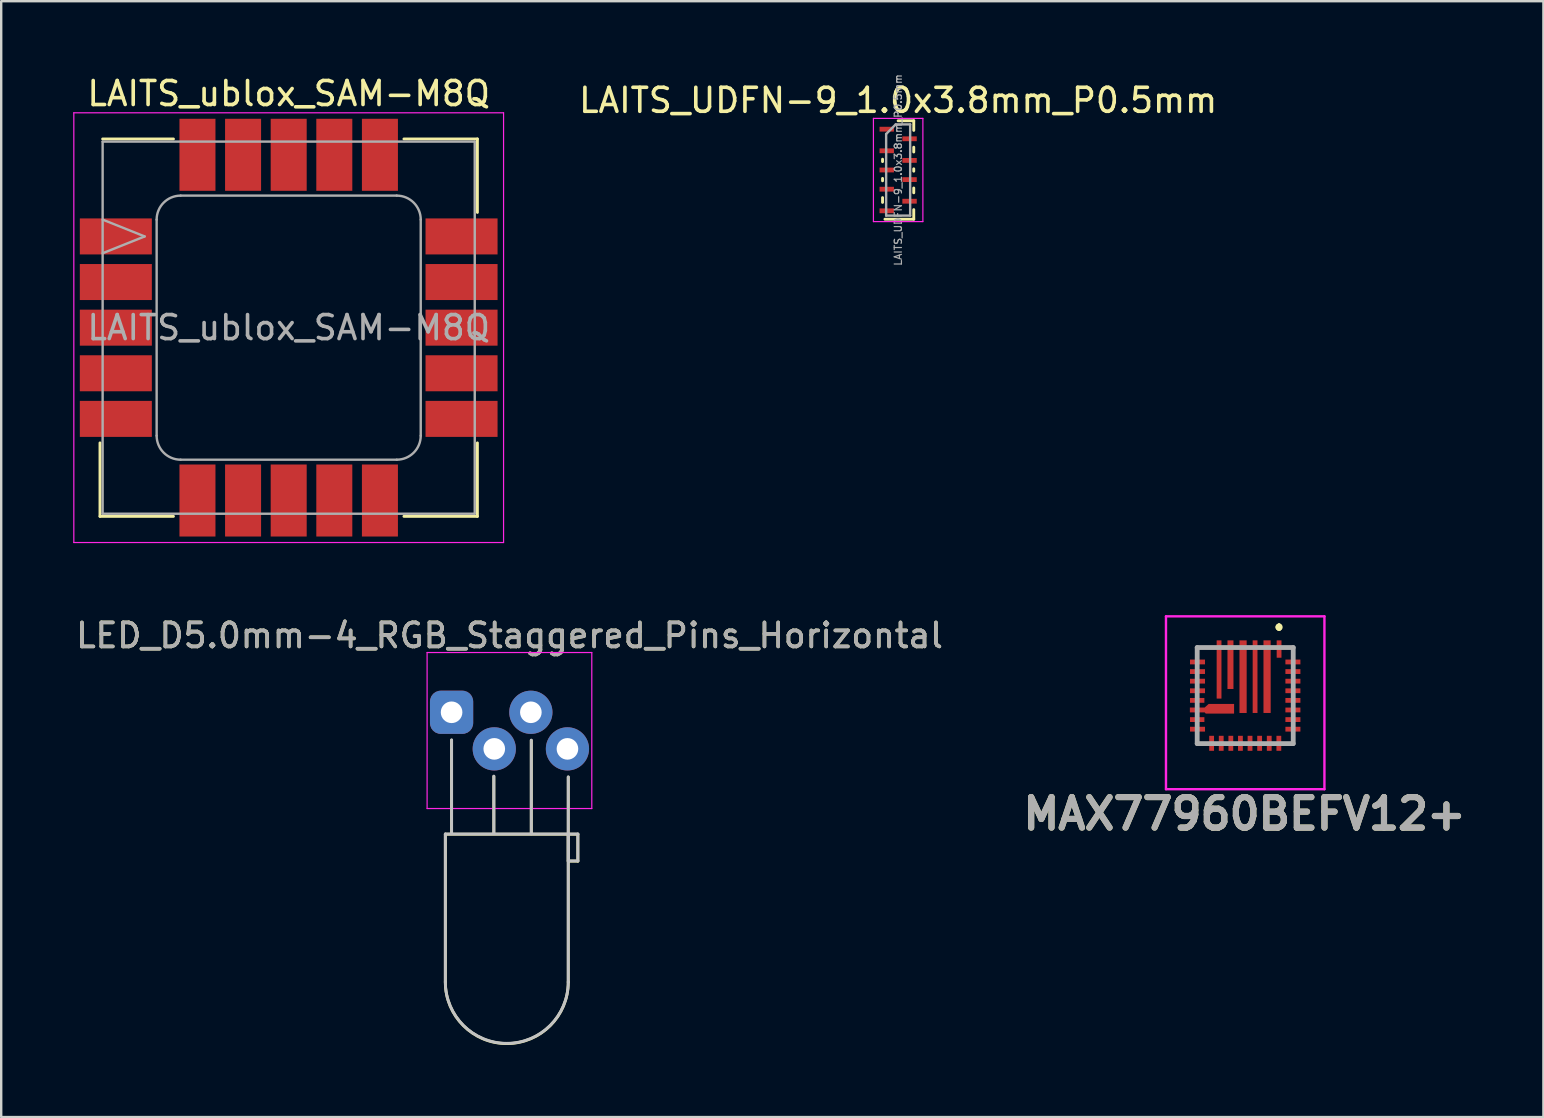
<source format=kicad_pcb>
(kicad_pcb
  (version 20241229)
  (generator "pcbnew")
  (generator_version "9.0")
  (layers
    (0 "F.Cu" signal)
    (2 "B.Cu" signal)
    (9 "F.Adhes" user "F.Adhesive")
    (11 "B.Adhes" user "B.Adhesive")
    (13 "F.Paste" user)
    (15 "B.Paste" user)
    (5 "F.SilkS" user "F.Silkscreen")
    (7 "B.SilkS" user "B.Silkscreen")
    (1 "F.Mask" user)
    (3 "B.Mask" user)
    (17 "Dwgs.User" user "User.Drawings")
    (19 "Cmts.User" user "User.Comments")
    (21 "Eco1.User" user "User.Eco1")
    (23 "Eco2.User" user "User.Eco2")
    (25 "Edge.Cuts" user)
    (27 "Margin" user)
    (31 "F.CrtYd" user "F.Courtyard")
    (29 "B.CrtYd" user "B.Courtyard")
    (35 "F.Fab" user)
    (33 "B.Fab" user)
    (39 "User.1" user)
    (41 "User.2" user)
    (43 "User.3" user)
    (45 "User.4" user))
  (footprint "LAITS_UDFN-9_1.0x3.8mm_P0.5mm"
    (layer "F.Cu")
    (at 34.361 4.031)
    (property "Reference" "LAITS_UDFN-9_1.0x3.8mm_P0.5mm" (at 0 -2.9 0) (layer "F.SilkS") (effects (font (size 1 1) (thickness 0.15))))
    (attr smd)
    (fp_line (start -0.65 -0.45) (end -0.65 -0.35) (stroke (width 0.12) (type solid)) (layer "F.SilkS"))
    (fp_line (start -0.65 0.35) (end -0.65 0.45) (stroke (width 0.12) (type solid)) (layer "F.SilkS"))
    (fp_line (start -0.65 1.15) (end -0.65 1.35) (stroke (width 0.12) (type solid)) (layer "F.SilkS"))
    (fp_line (start 0.65 -2.05) (end 0 -2.05) (stroke (width 0.12) (type solid)) (layer "F.SilkS"))
    (fp_line (start 0.65 -1.65) (end 0.65 -2.05) (stroke (width 0.12) (type solid)) (layer "F.SilkS"))
    (fp_line (start 0.65 -0.95) (end 0.65 -0.75) (stroke (width 0.12) (type solid)) (layer "F.SilkS"))
    (fp_line (start 0.65 -0.05) (end 0.65 0.05) (stroke (width 0.12) (type solid)) (layer "F.SilkS"))
    (fp_line (start 0.65 0.75) (end 0.65 0.95) (stroke (width 0.12) (type solid)) (layer "F.SilkS"))
    (fp_line (start 0.65 1.65) (end 0.65 2.05) (stroke (width 0.12) (type solid)) (layer "F.SilkS"))
    (fp_line (start 0.65 2.05) (end -0.55 2.05) (stroke (width 0.12) (type solid)) (layer "F.SilkS"))
    (fp_line (start -1.03 -2.15) (end -1.03 2.15) (stroke (width 0.05) (type solid)) (layer "F.CrtYd"))
    (fp_line (start -1.03 2.15) (end 1.03 2.15) (stroke (width 0.05) (type solid)) (layer "F.CrtYd"))
    (fp_line (start 1.03 -2.15) (end -1.03 -2.15) (stroke (width 0.05) (type solid)) (layer "F.CrtYd"))
    (fp_line (start 1.03 2.15) (end 1.03 -2.15) (stroke (width 0.05) (type solid)) (layer "F.CrtYd"))
    (fp_line (start -0.5 -1.5) (end -0.5 1.9) (stroke (width 0.1) (type solid)) (layer "F.Fab"))
    (fp_line (start -0.5 1.9) (end 0.5 1.9) (stroke (width 0.1) (type solid)) (layer "F.Fab"))
    (fp_line (start -0.1 -1.9) (end -0.5 -1.5) (stroke (width 0.1) (type solid)) (layer "F.Fab"))
    (fp_line (start 0.5 -1.9) (end -0.1 -1.9) (stroke (width 0.1) (type solid)) (layer "F.Fab"))
    (fp_line (start 0.5 1.9) (end 0.5 -1.9) (stroke (width 0.1) (type solid)) (layer "F.Fab"))
    (fp_text user "${REFERENCE}" (at 0 0 90) (layer "F.Fab") (effects (font (size 0.3 0.3) (thickness 0.05))))
    (pad "1" smd rect (at -0.475 -1.7) (size 0.6 0.2) (layers "F.Cu" "F.Mask" "F.Paste"))
    (pad "2" smd rect (at -0.475 -0.8) (size 0.6 0.2) (layers "F.Cu" "F.Mask" "F.Paste"))
    (pad "3" smd rect (at -0.475 0) (size 0.6 0.2) (layers "F.Cu" "F.Mask" "F.Paste"))
    (pad "4" smd rect (at -0.475 0.8) (size 0.6 0.2) (layers "F.Cu" "F.Mask" "F.Paste"))
    (pad "5" smd rect (at -0.475 1.7) (size 0.6 0.2) (layers "F.Cu" "F.Mask" "F.Paste"))
    (pad "6" smd rect (at 0.475 1.3) (size 0.6 0.2) (layers "F.Cu" "F.Mask" "F.Paste"))
    (pad "7" smd rect (at 0.475 0.4) (size 0.6 0.2) (layers "F.Cu" "F.Mask" "F.Paste"))
    (pad "8" smd rect (at 0.475 -0.4) (size 0.6 0.2) (layers "F.Cu" "F.Mask" "F.Paste"))
    (pad "9" smd rect (at 0.475 -1.3) (size 0.6 0.2) (layers "F.Cu" "F.Mask" "F.Paste")))
  (footprint "LED_D5.0mm-4_RGB_Staggered_Pins_Horizontal"
    (layer "F.Cu")
    (at 15.76 26.619)
    (property "Reference" "LED_D5.0mm-4_RGB_Staggered_Pins_Horizontal" (at 2.413 -3.198 0) (layer "F.SilkS") (effects (font (size 1 1) (thickness 0.15))))
    (attr through_hole)
    (fp_line (start -0.26 5.08) (end -0.26 11.24) (stroke (width 0.12) (type solid)) (layer "F.SilkS"))
    (fp_line (start -0.26 5.08) (end 4.86 5.08) (stroke (width 0.12) (type solid)) (layer "F.SilkS"))
    (fp_line (start 0 1.16) (end 0 5.05) (stroke (width 0.12) (type solid)) (layer "F.SilkS"))
    (fp_line (start 1.76 2.67) (end 1.76 5.04) (stroke (width 0.12) (type solid)) (layer "F.SilkS"))
    (fp_line (start 3.32 1.17) (end 3.32 5.06) (stroke (width 0.12) (type solid)) (layer "F.SilkS"))
    (fp_line (start 4.86 2.7) (end 4.86 5.1) (stroke (width 0.12) (type solid)) (layer "F.SilkS"))
    (fp_line (start 4.86 5.08) (end 4.86 11.24) (stroke (width 0.12) (type solid)) (layer "F.SilkS"))
    (fp_line (start 4.86 5.08) (end 5.26 5.08) (stroke (width 0.12) (type solid)) (layer "F.SilkS"))
    (fp_line (start 4.86 6.2) (end 4.86 5.08) (stroke (width 0.12) (type solid)) (layer "F.SilkS"))
    (fp_line (start 5.26 5.08) (end 5.26 6.2) (stroke (width 0.12) (type solid)) (layer "F.SilkS"))
    (fp_line (start 5.26 6.2) (end 4.86 6.2) (stroke (width 0.12) (type solid)) (layer "F.SilkS"))
    (fp_arc (start 4.86 11.24) (mid 2.3 13.8) (end -0.26 11.24) (stroke (width 0.12) (type solid)) (layer "F.SilkS"))
    (fp_line (start -0.26 5.07) (end -0.26 11.23) (stroke (width 0.12) (type solid)) (layer "Dwgs.User"))
    (fp_line (start -0.26 5.07) (end 4.86 5.07) (stroke (width 0.12) (type solid)) (layer "Dwgs.User"))
    (fp_line (start 0 1.15) (end 0 5.04) (stroke (width 0.12) (type solid)) (layer "Dwgs.User"))
    (fp_line (start 1.76 2.66) (end 1.76 5.03) (stroke (width 0.12) (type solid)) (layer "Dwgs.User"))
    (fp_line (start 3.32 1.16) (end 3.32 5.05) (stroke (width 0.12) (type solid)) (layer "Dwgs.User"))
    (fp_line (start 4.86 2.69) (end 4.86 5.09) (stroke (width 0.12) (type solid)) (layer "Dwgs.User"))
    (fp_line (start 4.86 5.07) (end 4.86 11.23) (stroke (width 0.12) (type solid)) (layer "Dwgs.User"))
    (fp_line (start 4.86 5.07) (end 5.26 5.07) (stroke (width 0.12) (type solid)) (layer "Dwgs.User"))
    (fp_line (start 4.86 6.19) (end 4.86 5.07) (stroke (width 0.12) (type solid)) (layer "Dwgs.User"))
    (fp_line (start 5.26 5.07) (end 5.26 6.19) (stroke (width 0.12) (type solid)) (layer "Dwgs.User"))
    (fp_line (start 5.26 6.19) (end 4.86 6.19) (stroke (width 0.12) (type solid)) (layer "Dwgs.User"))
    (fp_arc (start 4.86 11.23) (mid 2.3 13.79) (end -0.26 11.23) (stroke (width 0.12) (type solid)) (layer "Dwgs.User"))
    (fp_line (start -1.02 -2.49) (end 5.84 -2.49) (stroke (width 0.05) (type solid)) (layer "F.CrtYd"))
    (fp_line (start -1.02 4.01) (end -1.02 -2.49) (stroke (width 0.05) (type solid)) (layer "F.CrtYd"))
    (fp_line (start 5.84 -2.49) (end 5.84 4.01) (stroke (width 0.05) (type solid)) (layer "F.CrtYd"))
    (fp_line (start 5.84 4.01) (end -1.02 4.01) (stroke (width 0.05) (type solid)) (layer "F.CrtYd"))
    (fp_text user "${REFERENCE}" (at 2.413 -3.198 0) (layer "F.Fab") (effects (font (size 1 1) (thickness 0.15))))
    (pad "1" thru_hole roundrect (at 0 0) (size 1.8 1.8) (drill 0.9) (layers "*.Cu" "*.Mask") (roundrect_rratio 0.25))
    (pad "2" thru_hole circle (at 1.778 1.524) (size 1.8 1.8) (drill 0.9) (layers "*.Cu" "*.Mask"))
    (pad "3" thru_hole circle (at 3.302 0) (size 1.8 1.8) (drill 0.9) (layers "*.Cu" "*.Mask"))
    (pad "4" thru_hole circle (at 4.826 1.524) (size 1.8 1.8) (drill 0.9) (layers "*.Cu" "*.Mask")))
  (footprint "MAX77960BEFV12+"
    (layer "F.Cu")
    (at 48.817 25.923)
    (property "Reference" "MAX77960BEFV12+" (at -0.025 4.925 0) (layer "F.SilkS") (effects (font (size 1.27 1.27) (thickness 0.254))))
    (attr smd)
    (fp_line (start -2 -2) (end -2 -2) (stroke (width 0.1) (type solid)) (layer "F.SilkS"))
    (fp_line (start -2 -2) (end -1.75 -2) (stroke (width 0.1) (type solid)) (layer "F.SilkS"))
    (fp_line (start -1.75 -2) (end -2 -2) (stroke (width 0.1) (type solid)) (layer "F.SilkS"))
    (fp_line (start -1.75 -2) (end -1.75 -2) (stroke (width 0.1) (type solid)) (layer "F.SilkS"))
    (fp_line (start 1.411 -2.9) (end 1.411 -2.9) (stroke (width 0.2) (type solid)) (layer "F.SilkS"))
    (fp_line (start 1.411 -2.9) (end 1.411 -2.9) (stroke (width 0.2) (type solid)) (layer "F.SilkS"))
    (fp_line (start 1.411 -2.8) (end 1.411 -2.8) (stroke (width 0.2) (type solid)) (layer "F.SilkS"))
    (fp_arc (start 1.411 -2.9) (mid 1.461 -2.85) (end 1.411 -2.8) (stroke (width 0.2) (type solid)) (layer "F.SilkS"))
    (fp_arc (start 1.411 -2.8) (mid 1.361 -2.85) (end 1.411 -2.9) (stroke (width 0.2) (type solid)) (layer "F.SilkS"))
    (fp_arc (start 1.411 -2.8) (mid 1.361 -2.85) (end 1.411 -2.9) (stroke (width 0.2) (type solid)) (layer "F.SilkS"))
    (fp_line (start -3.3 -3.3) (end 3.3 -3.3) (stroke (width 0.1) (type solid)) (layer "F.CrtYd"))
    (fp_line (start -3.3 3.9) (end -3.3 -3.3) (stroke (width 0.1) (type solid)) (layer "F.CrtYd"))
    (fp_line (start 3.3 -3.3) (end 3.3 3.9) (stroke (width 0.1) (type solid)) (layer "F.CrtYd"))
    (fp_line (start 3.3 3.9) (end -3.3 3.9) (stroke (width 0.1) (type solid)) (layer "F.CrtYd"))
    (fp_line (start -2 -2) (end -2 2) (stroke (width 0.2) (type solid)) (layer "F.Fab"))
    (fp_line (start -2 2) (end 2 2) (stroke (width 0.2) (type solid)) (layer "F.Fab"))
    (fp_line (start 2 -2) (end -2 -2) (stroke (width 0.2) (type solid)) (layer "F.Fab"))
    (fp_line (start 2 2) (end 2 -2) (stroke (width 0.2) (type solid)) (layer "F.Fab"))
    (fp_text user "${REFERENCE}" (at -0.025 4.925 0) (layer "F.Fab") (effects (font (size 1.27 1.27) (thickness 0.254))))
    (pad "1" smd rect (at 1.411 -1.938) (size 0.2 0.723) (layers "F.Cu" "F.Mask" "F.Paste"))
    (pad "2" smd rect (at 0.911 -0.788) (size 0.3 3.025) (layers "F.Cu" "F.Mask" "F.Paste"))
    (pad "3" smd rect (at 0.411 -0.788) (size 0.2 3.025) (layers "F.Cu" "F.Mask" "F.Paste"))
    (pad "4" smd rect (at -0.089 -0.787) (size 0.3 3.025) (layers "F.Cu" "F.Mask" "F.Paste"))
    (pad "5" smd rect (at -0.614 -1.287) (size 0.25 2.025) (layers "F.Cu" "F.Mask" "F.Paste"))
    (pad "6" smd rect (at -1.089 -1.087) (size 0.2 2.425) (layers "F.Cu" "F.Mask" "F.Paste"))
    (pad "7" smd rect (at -1.987 -1.4 90) (size 0.2 0.625) (layers "F.Cu" "F.Mask" "F.Paste"))
    (pad "8" smd rect (at -1.987 -1 90) (size 0.2 0.625) (layers "F.Cu" "F.Mask" "F.Paste"))
    (pad "9" smd rect (at -1.987 -0.6 90) (size 0.2 0.625) (layers "F.Cu" "F.Mask" "F.Paste"))
    (pad "10" smd rect (at -1.987 -0.2 90) (size 0.2 0.625) (layers "F.Cu" "F.Mask" "F.Paste"))
    (pad "11" smd rect (at -2 0.2 90) (size 0.2 0.6) (layers "F.Cu" "F.Mask" "F.Paste"))
    (pad "12" smd custom (at -1.49 0.5) (size 0.025 0.025) (layers "F.Cu" "F.Mask" "F.Paste") (options (anchor rect)) (primitives (gr_poly (pts (xy 1.026 0.25) (xy -0.153 0.25) (xy -0.199 0.2) (xy -0.814 0.2) (xy -0.814 0) (xy -0.2 0) (xy -0.034 -0.15) (xy 1.026 -0.15)) (width 0.001) (fill yes))))
    (pad "13" smd rect (at -2 1 90) (size 0.2 0.6) (layers "F.Cu" "F.Mask" "F.Paste"))
    (pad "14" smd rect (at -1.987 1.4 90) (size 0.2 0.625) (layers "F.Cu" "F.Mask" "F.Paste"))
    (pad "15" smd rect (at -1.399 1.988) (size 0.2 0.625) (layers "F.Cu" "F.Mask" "F.Paste"))
    (pad "16" smd rect (at -0.999 1.988) (size 0.2 0.625) (layers "F.Cu" "F.Mask" "F.Paste"))
    (pad "17" smd rect (at -0.599 1.988) (size 0.2 0.625) (layers "F.Cu" "F.Mask" "F.Paste"))
    (pad "18" smd rect (at -0.199 1.988) (size 0.2 0.625) (layers "F.Cu" "F.Mask" "F.Paste"))
    (pad "19" smd rect (at 0.201 1.988) (size 0.2 0.625) (layers "F.Cu" "F.Mask" "F.Paste"))
    (pad "20" smd rect (at 0.601 1.988) (size 0.2 0.625) (layers "F.Cu" "F.Mask" "F.Paste"))
    (pad "21" smd rect (at 1.001 1.988) (size 0.2 0.625) (layers "F.Cu" "F.Mask" "F.Paste"))
    (pad "22" smd rect (at 1.401 1.988) (size 0.2 0.625) (layers "F.Cu" "F.Mask" "F.Paste"))
    (pad "23" smd rect (at 1.987 1.4 90) (size 0.2 0.625) (layers "F.Cu" "F.Mask" "F.Paste"))
    (pad "24" smd rect (at 1.987 1 90) (size 0.2 0.625) (layers "F.Cu" "F.Mask" "F.Paste"))
    (pad "25" smd rect (at 1.987 0.6 90) (size 0.2 0.625) (layers "F.Cu" "F.Mask" "F.Paste"))
    (pad "26" smd rect (at 1.987 0.2 90) (size 0.2 0.625) (layers "F.Cu" "F.Mask" "F.Paste"))
    (pad "27" smd rect (at 1.987 -0.2 90) (size 0.2 0.625) (layers "F.Cu" "F.Mask" "F.Paste"))
    (pad "28" smd rect (at 1.987 -0.6 90) (size 0.2 0.625) (layers "F.Cu" "F.Mask" "F.Paste"))
    (pad "29" smd rect (at 1.987 -1 90) (size 0.2 0.625) (layers "F.Cu" "F.Mask" "F.Paste"))
    (pad "30" smd rect (at 1.987 -1.4 90) (size 0.2 0.625) (layers "F.Cu" "F.Mask" "F.Paste")))
  (footprint "LAITS_ublox_SAM-M8Q"
    (layer "F.Cu")
    (at 8.975 10.598)
    (property "Reference" "LAITS_ublox_SAM-M8Q" (at 0 -9.75 0) (layer "F.SilkS") (effects (font (size 1 1) (thickness 0.15))))
    (attr smd)
    (fp_line (start -7.86 4.8) (end -7.86 7.86) (stroke (width 0.12) (type solid)) (layer "F.SilkS"))
    (fp_line (start -7.86 7.86) (end -4.8 7.86) (stroke (width 0.12) (type solid)) (layer "F.SilkS"))
    (fp_line (start -7.75 -7.86) (end -4.8 -7.86) (stroke (width 0.12) (type solid)) (layer "F.SilkS"))
    (fp_line (start 4.8 -7.86) (end 7.86 -7.86) (stroke (width 0.12) (type solid)) (layer "F.SilkS"))
    (fp_line (start 4.8 7.86) (end 7.86 7.86) (stroke (width 0.12) (type solid)) (layer "F.SilkS"))
    (fp_line (start 7.86 -7.86) (end 7.86 -4.8) (stroke (width 0.12) (type solid)) (layer "F.SilkS"))
    (fp_line (start 7.86 4.8) (end 7.86 7.86) (stroke (width 0.12) (type solid)) (layer "F.SilkS"))
    (fp_line (start -8.95 -8.95) (end -8.95 8.95) (stroke (width 0.05) (type solid)) (layer "F.CrtYd"))
    (fp_line (start -8.95 8.95) (end 8.95 8.95) (stroke (width 0.05) (type solid)) (layer "F.CrtYd"))
    (fp_line (start 8.95 -8.95) (end -8.95 -8.95) (stroke (width 0.05) (type solid)) (layer "F.CrtYd"))
    (fp_line (start 8.95 8.95) (end 8.95 -8.95) (stroke (width 0.05) (type solid)) (layer "F.CrtYd"))
    (fp_line (start -7.75 -7.75) (end 7.75 -7.75) (stroke (width 0.1) (type solid)) (layer "F.Fab"))
    (fp_line (start -7.75 7.75) (end -7.75 -7.75) (stroke (width 0.1) (type solid)) (layer "F.Fab"))
    (fp_line (start -6 -3.8) (end -7.75 -4.5) (stroke (width 0.1) (type solid)) (layer "F.Fab"))
    (fp_line (start -6 -3.8) (end -7.75 -3.1) (stroke (width 0.1) (type solid)) (layer "F.Fab"))
    (fp_line (start -5.5 -4.5) (end -5.5 4.5) (stroke (width 0.1) (type solid)) (layer "F.Fab"))
    (fp_line (start -4.5 5.5) (end 4.5 5.5) (stroke (width 0.1) (type solid)) (layer "F.Fab"))
    (fp_line (start 4.5 -5.5) (end -4.5 -5.5) (stroke (width 0.1) (type solid)) (layer "F.Fab"))
    (fp_line (start 5.5 4.5) (end 5.5 -4.5) (stroke (width 0.1) (type solid)) (layer "F.Fab"))
    (fp_line (start 7.75 -7.75) (end 7.75 7.75) (stroke (width 0.1) (type solid)) (layer "F.Fab"))
    (fp_line (start 7.75 7.75) (end -7.75 7.75) (stroke (width 0.1) (type solid)) (layer "F.Fab"))
    (fp_arc (start -5.5 -4.5) (mid -5.207107 -5.207107) (end -4.5 -5.5) (stroke (width 0.1) (type solid)) (layer "F.Fab"))
    (fp_arc (start -4.5 5.5) (mid -5.207107 5.207107) (end -5.5 4.5) (stroke (width 0.1) (type solid)) (layer "F.Fab"))
    (fp_arc (start 4.5 -5.5) (mid 5.207107 -5.207107) (end 5.5 -4.5) (stroke (width 0.1) (type solid)) (layer "F.Fab"))
    (fp_arc (start 5.5 4.5) (mid 5.207107 5.207107) (end 4.5 5.5) (stroke (width 0.1) (type solid)) (layer "F.Fab"))
    (fp_text user "${REFERENCE}" (at 0 0 0) (layer "F.Fab") (effects (font (size 1 1) (thickness 0.15))))
    (pad "1" smd rect (at -7.2 -3.8) (size 3 1.5) (layers "F.Cu" "F.Mask" "F.Paste"))
    (pad "2" smd rect (at -7.2 -1.9) (size 3 1.5) (layers "F.Cu" "F.Mask" "F.Paste"))
    (pad "3" smd rect (at -7.2 0) (size 3 1.5) (layers "F.Cu" "F.Mask" "F.Paste"))
    (pad "4" smd rect (at -7.2 1.9) (size 3 1.5) (layers "F.Cu" "F.Mask" "F.Paste"))
    (pad "5" smd rect (at -7.2 3.8) (size 3 1.5) (layers "F.Cu" "F.Mask" "F.Paste"))
    (pad "6" smd rect (at -3.8 7.2) (size 1.5 3) (layers "F.Cu" "F.Mask" "F.Paste"))
    (pad "7" smd rect (at -1.9 7.2) (size 1.5 3) (layers "F.Cu" "F.Mask" "F.Paste"))
    (pad "8" smd rect (at 0 7.2) (size 1.5 3) (layers "F.Cu" "F.Mask" "F.Paste"))
    (pad "9" smd rect (at 1.9 7.2) (size 1.5 3) (layers "F.Cu" "F.Mask" "F.Paste"))
    (pad "10" smd rect (at 3.8 7.2) (size 1.5 3) (layers "F.Cu" "F.Mask" "F.Paste"))
    (pad "11" smd rect (at 7.2 3.8) (size 3 1.5) (layers "F.Cu" "F.Mask" "F.Paste"))
    (pad "12" smd rect (at 7.2 1.9) (size 3 1.5) (layers "F.Cu" "F.Mask" "F.Paste"))
    (pad "13" smd rect (at 7.2 0) (size 3 1.5) (layers "F.Cu" "F.Mask" "F.Paste"))
    (pad "14" smd rect (at 7.2 -1.9) (size 3 1.5) (layers "F.Cu" "F.Mask" "F.Paste"))
    (pad "15" smd rect (at 7.2 -3.8) (size 3 1.5) (layers "F.Cu" "F.Mask" "F.Paste"))
    (pad "16" smd rect (at 3.8 -7.2) (size 1.5 3) (layers "F.Cu" "F.Mask" "F.Paste"))
    (pad "17" smd rect (at 1.9 -7.2) (size 1.5 3) (layers "F.Cu" "F.Mask" "F.Paste"))
    (pad "18" smd rect (at 0 -7.2) (size 1.5 3) (layers "F.Cu" "F.Mask" "F.Paste"))
    (pad "19" smd rect (at -1.9 -7.2) (size 1.5 3) (layers "F.Cu" "F.Mask" "F.Paste"))
    (pad "20" smd rect (at -3.8 -7.2) (size 1.5 3) (layers "F.Cu" "F.Mask" "F.Paste")))
  (gr_rect
    (start -3 -3)
    (end 61.238 43.48)
    (stroke (width 0.1) (type default))
    (fill no)
    (layer "Edge.Cuts")))
</source>
